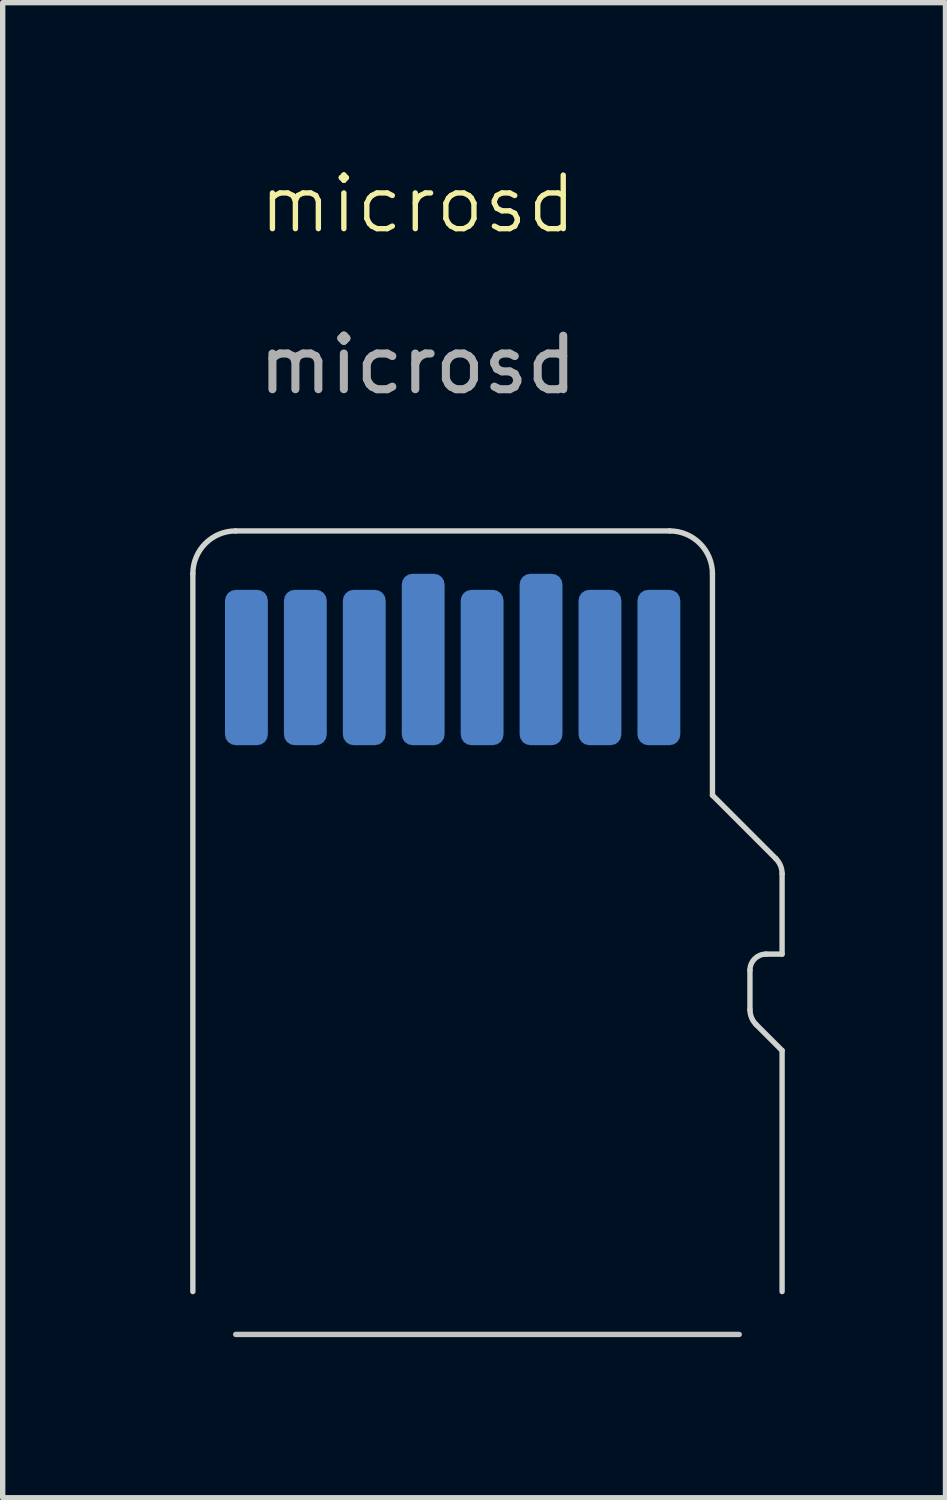
<source format=kicad_pcb>
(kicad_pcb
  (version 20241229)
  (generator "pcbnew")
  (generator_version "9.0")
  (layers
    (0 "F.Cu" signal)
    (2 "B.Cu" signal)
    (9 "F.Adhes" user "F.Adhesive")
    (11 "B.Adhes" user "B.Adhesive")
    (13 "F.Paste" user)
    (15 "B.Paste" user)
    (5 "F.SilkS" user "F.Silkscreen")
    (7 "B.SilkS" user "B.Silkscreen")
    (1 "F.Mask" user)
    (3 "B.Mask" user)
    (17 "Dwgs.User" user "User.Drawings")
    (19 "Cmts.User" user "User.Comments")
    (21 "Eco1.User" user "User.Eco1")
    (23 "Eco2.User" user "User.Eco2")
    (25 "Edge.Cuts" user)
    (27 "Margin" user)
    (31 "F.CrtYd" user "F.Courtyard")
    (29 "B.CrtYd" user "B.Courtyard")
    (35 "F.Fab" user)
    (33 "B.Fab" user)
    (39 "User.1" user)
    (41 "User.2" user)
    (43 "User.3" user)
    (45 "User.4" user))
  (footprint "microsd"
    (layer "F.Cu")
    (at 0.25 6.561)
    (property "Reference" "microsd" (at 4.5 -5.8 0) (unlocked yes) (layer "F.SilkS") (effects (font (size 1 1) (thickness 0.1))))
    (attr smd)
    (fp_line (start 10.5 15.3) (end 1.1 15.3) (stroke (width 0.1) (type default)) (layer "Dwgs.User"))
    (fp_line (start 0.3 14.5) (end 0.3 1.1) (stroke (width 0.1) (type default)) (layer "Edge.Cuts"))
    (fp_line (start 1.1 0.3) (end 9.2 0.3) (stroke (width 0.1) (type default)) (layer "Edge.Cuts"))
    (fp_line (start 10 1.1) (end 10 5.234) (stroke (width 0.1) (type default)) (layer "Edge.Cuts"))
    (fp_line (start 10 5.234) (end 11.183 6.417) (stroke (width 0.1) (type default)) (layer "Edge.Cuts"))
    (fp_line (start 10.7 8.5) (end 10.7 9.24) (stroke (width 0.1) (type default)) (layer "Edge.Cuts"))
    (fp_line (start 10.817 9.517) (end 11.3 10) (stroke (width 0.1) (type default)) (layer "Edge.Cuts"))
    (fp_line (start 11.3 6.7) (end 11.3 8.2) (stroke (width 0.1) (type default)) (layer "Edge.Cuts"))
    (fp_line (start 11.3 8.2) (end 11 8.2) (stroke (width 0.1) (type default)) (layer "Edge.Cuts"))
    (fp_line (start 11.3 10) (end 11.3 14.5) (stroke (width 0.1) (type default)) (layer "Edge.Cuts"))
    (fp_arc (start 0.299999 1.100001) (mid 0.534314 0.534315) (end 1.1 0.3) (stroke (width 0.1) (type default)) (layer "Edge.Cuts"))
    (fp_arc (start 9.199999 0.3) (mid 9.765684 0.534315) (end 9.999999 1.1) (stroke (width 0.1) (type default)) (layer "Edge.Cuts"))
    (fp_arc (start 10.699999 8.5) (mid 10.787867 8.287868) (end 10.999999 8.2) (stroke (width 0.1) (type default)) (layer "Edge.Cuts"))
    (fp_arc (start 10.817199 9.5172) (mid 10.731539 9.389981) (end 10.699999 9.239885) (stroke (width 0.1) (type default)) (layer "Edge.Cuts"))
    (fp_arc (start 11.182842 6.417157) (mid 11.269551 6.546926) (end 11.299999 6.7) (stroke (width 0.1) (type default)) (layer "Edge.Cuts"))
    (fp_text user "${REFERENCE}" (at 4.5 -2.8 0) (unlocked yes) (layer "F.Fab") (effects (font (size 1 1) (thickness 0.15))))
    (pad "1" smd roundrect (at 9 2.85) (size 0.8 2.9) (layers "B.Cu" "B.Mask" "B.Paste") (roundrect_rratio 0.25))
    (pad "2" smd roundrect (at 7.9 2.85) (size 0.8 2.9) (layers "B.Cu" "B.Mask" "B.Paste") (roundrect_rratio 0.25))
    (pad "3" smd roundrect (at 6.8 2.7) (size 0.8 3.2) (layers "B.Cu" "B.Mask" "B.Paste") (roundrect_rratio 0.25))
    (pad "4" smd roundrect (at 5.7 2.85) (size 0.8 2.9) (layers "B.Cu" "B.Mask" "B.Paste") (roundrect_rratio 0.25))
    (pad "5" smd roundrect (at 4.6 2.7) (size 0.8 3.2) (layers "B.Cu" "B.Mask" "B.Paste") (roundrect_rratio 0.25))
    (pad "6" smd roundrect (at 3.5 2.85) (size 0.8 2.9) (layers "B.Cu" "B.Mask" "B.Paste") (roundrect_rratio 0.25))
    (pad "7" smd roundrect (at 2.4 2.85) (size 0.8 2.9) (layers "B.Cu" "B.Mask" "B.Paste") (roundrect_rratio 0.25))
    (pad "8" smd roundrect (at 1.3 2.85) (size 0.8 2.9) (layers "B.Cu" "B.Mask" "B.Paste") (roundrect_rratio 0.25)))
  (gr_rect
    (start -3 -3)
    (end 14.6 24.91)
    (stroke (width 0.1) (type default))
    (fill no)
    (layer "Edge.Cuts")))
</source>
